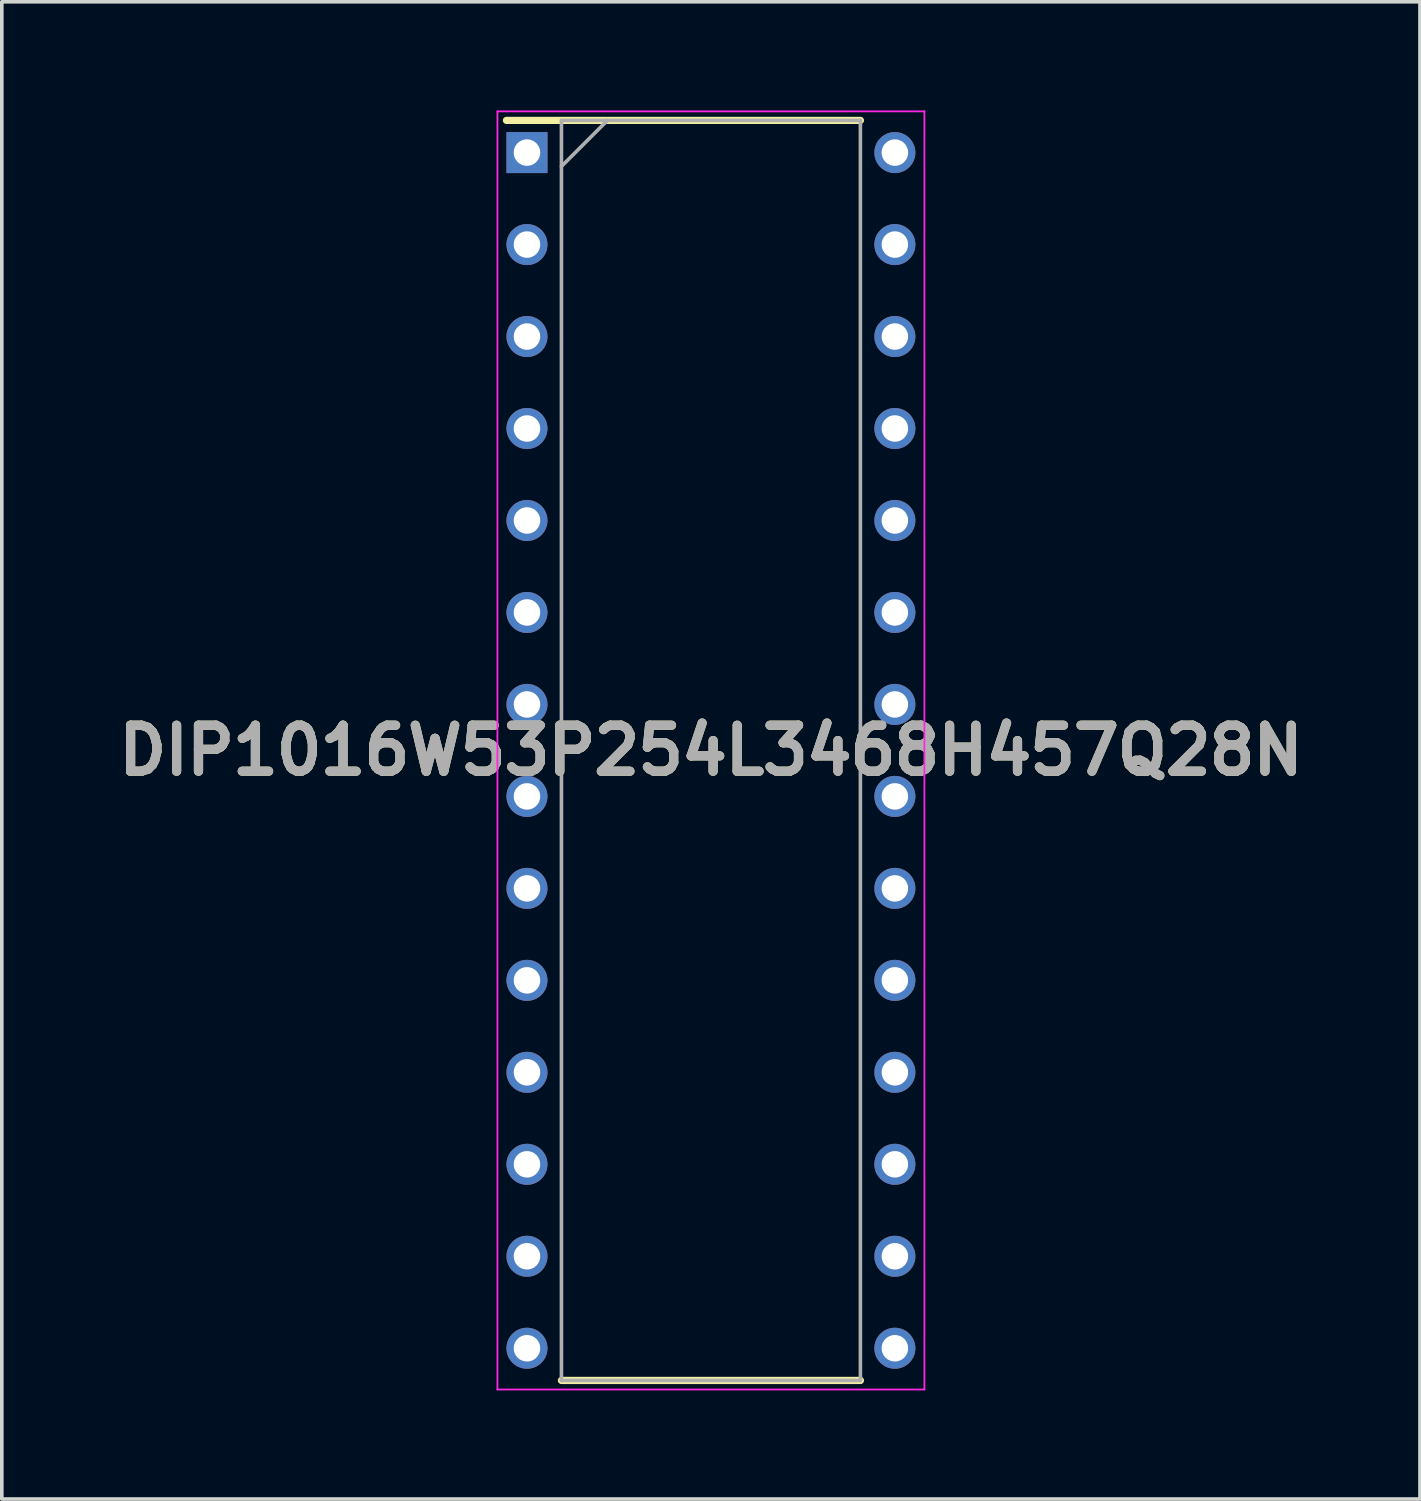
<source format=kicad_pcb>
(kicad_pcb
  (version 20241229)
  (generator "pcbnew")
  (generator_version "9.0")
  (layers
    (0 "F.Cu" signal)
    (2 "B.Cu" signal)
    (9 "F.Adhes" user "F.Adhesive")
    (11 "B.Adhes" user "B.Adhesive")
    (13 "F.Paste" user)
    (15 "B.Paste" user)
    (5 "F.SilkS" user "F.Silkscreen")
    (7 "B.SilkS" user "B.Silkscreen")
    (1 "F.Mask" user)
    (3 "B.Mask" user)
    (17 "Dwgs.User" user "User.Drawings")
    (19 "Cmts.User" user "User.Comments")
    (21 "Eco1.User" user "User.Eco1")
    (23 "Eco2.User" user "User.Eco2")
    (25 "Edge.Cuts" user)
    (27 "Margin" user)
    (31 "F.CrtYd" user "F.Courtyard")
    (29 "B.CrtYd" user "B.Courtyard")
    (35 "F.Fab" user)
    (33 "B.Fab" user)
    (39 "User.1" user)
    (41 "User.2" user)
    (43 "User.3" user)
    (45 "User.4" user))
  (footprint "DIP1016W53P254L3468H457Q28N"
    (layer "F.Cu")
    (at 16.583 17.674)
    (property "Reference" "DIP1016W53P254L3468H457Q28N" (at 0 0 0) (layer "F.SilkS") (effects (font (size 1.27 1.27) (thickness 0.254))))
    (attr through_hole)
    (fp_line (start -5.646 -17.399) (end 4.128 -17.399) (stroke (width 0.2) (type solid)) (layer "F.SilkS"))
    (fp_line (start -4.128 17.399) (end 4.128 17.399) (stroke (width 0.2) (type solid)) (layer "F.SilkS"))
    (fp_line (start -5.896 -17.649) (end 5.896 -17.649) (stroke (width 0.05) (type solid)) (layer "F.CrtYd"))
    (fp_line (start -5.896 17.649) (end -5.896 -17.649) (stroke (width 0.05) (type solid)) (layer "F.CrtYd"))
    (fp_line (start 5.896 -17.649) (end 5.896 17.649) (stroke (width 0.05) (type solid)) (layer "F.CrtYd"))
    (fp_line (start 5.896 17.649) (end -5.896 17.649) (stroke (width 0.05) (type solid)) (layer "F.CrtYd"))
    (fp_line (start -4.128 -17.399) (end 4.128 -17.399) (stroke (width 0.1) (type solid)) (layer "F.Fab"))
    (fp_line (start -4.128 -16.129) (end -2.858 -17.399) (stroke (width 0.1) (type solid)) (layer "F.Fab"))
    (fp_line (start -4.128 17.399) (end -4.128 -17.399) (stroke (width 0.1) (type solid)) (layer "F.Fab"))
    (fp_line (start 4.128 -17.399) (end 4.128 17.399) (stroke (width 0.1) (type solid)) (layer "F.Fab"))
    (fp_line (start 4.128 17.399) (end -4.128 17.399) (stroke (width 0.1) (type solid)) (layer "F.Fab"))
    (fp_text user "${REFERENCE}" (at 0 0 0) (layer "F.Fab") (effects (font (size 1.27 1.27) (thickness 0.254))))
    (pad "1" thru_hole rect (at -5.08 -16.51) (size 1.133 1.133) (drill 0.733) (layers "*.Cu" "*.Mask"))
    (pad "2" thru_hole circle (at -5.08 -13.97) (size 1.133 1.133) (drill 0.733) (layers "*.Cu" "*.Mask"))
    (pad "3" thru_hole circle (at -5.08 -11.43) (size 1.133 1.133) (drill 0.733) (layers "*.Cu" "*.Mask"))
    (pad "4" thru_hole circle (at -5.08 -8.89) (size 1.133 1.133) (drill 0.733) (layers "*.Cu" "*.Mask"))
    (pad "5" thru_hole circle (at -5.08 -6.35) (size 1.133 1.133) (drill 0.733) (layers "*.Cu" "*.Mask"))
    (pad "6" thru_hole circle (at -5.08 -3.81) (size 1.133 1.133) (drill 0.733) (layers "*.Cu" "*.Mask"))
    (pad "7" thru_hole circle (at -5.08 -1.27) (size 1.133 1.133) (drill 0.733) (layers "*.Cu" "*.Mask"))
    (pad "8" thru_hole circle (at -5.08 1.27) (size 1.133 1.133) (drill 0.733) (layers "*.Cu" "*.Mask"))
    (pad "9" thru_hole circle (at -5.08 3.81) (size 1.133 1.133) (drill 0.733) (layers "*.Cu" "*.Mask"))
    (pad "10" thru_hole circle (at -5.08 6.35) (size 1.133 1.133) (drill 0.733) (layers "*.Cu" "*.Mask"))
    (pad "11" thru_hole circle (at -5.08 8.89) (size 1.133 1.133) (drill 0.733) (layers "*.Cu" "*.Mask"))
    (pad "12" thru_hole circle (at -5.08 11.43) (size 1.133 1.133) (drill 0.733) (layers "*.Cu" "*.Mask"))
    (pad "13" thru_hole circle (at -5.08 13.97) (size 1.133 1.133) (drill 0.733) (layers "*.Cu" "*.Mask"))
    (pad "14" thru_hole circle (at -5.08 16.51) (size 1.133 1.133) (drill 0.733) (layers "*.Cu" "*.Mask"))
    (pad "15" thru_hole circle (at 5.08 16.51) (size 1.133 1.133) (drill 0.733) (layers "*.Cu" "*.Mask"))
    (pad "16" thru_hole circle (at 5.08 13.97) (size 1.133 1.133) (drill 0.733) (layers "*.Cu" "*.Mask"))
    (pad "17" thru_hole circle (at 5.08 11.43) (size 1.133 1.133) (drill 0.733) (layers "*.Cu" "*.Mask"))
    (pad "18" thru_hole circle (at 5.08 8.89) (size 1.133 1.133) (drill 0.733) (layers "*.Cu" "*.Mask"))
    (pad "19" thru_hole circle (at 5.08 6.35) (size 1.133 1.133) (drill 0.733) (layers "*.Cu" "*.Mask"))
    (pad "20" thru_hole circle (at 5.08 3.81) (size 1.133 1.133) (drill 0.733) (layers "*.Cu" "*.Mask"))
    (pad "21" thru_hole circle (at 5.08 1.27) (size 1.133 1.133) (drill 0.733) (layers "*.Cu" "*.Mask"))
    (pad "22" thru_hole circle (at 5.08 -1.27) (size 1.133 1.133) (drill 0.733) (layers "*.Cu" "*.Mask"))
    (pad "23" thru_hole circle (at 5.08 -3.81) (size 1.133 1.133) (drill 0.733) (layers "*.Cu" "*.Mask"))
    (pad "24" thru_hole circle (at 5.08 -6.35) (size 1.133 1.133) (drill 0.733) (layers "*.Cu" "*.Mask"))
    (pad "25" thru_hole circle (at 5.08 -8.89) (size 1.133 1.133) (drill 0.733) (layers "*.Cu" "*.Mask"))
    (pad "26" thru_hole circle (at 5.08 -11.43) (size 1.133 1.133) (drill 0.733) (layers "*.Cu" "*.Mask"))
    (pad "27" thru_hole circle (at 5.08 -13.97) (size 1.133 1.133) (drill 0.733) (layers "*.Cu" "*.Mask"))
    (pad "28" thru_hole circle (at 5.08 -16.51) (size 1.133 1.133) (drill 0.733) (layers "*.Cu" "*.Mask")))
  (gr_rect
    (start -3 -3)
    (end 36.165 38.348)
    (stroke (width 0.1) (type default))
    (fill no)
    (layer "Edge.Cuts")))
</source>
